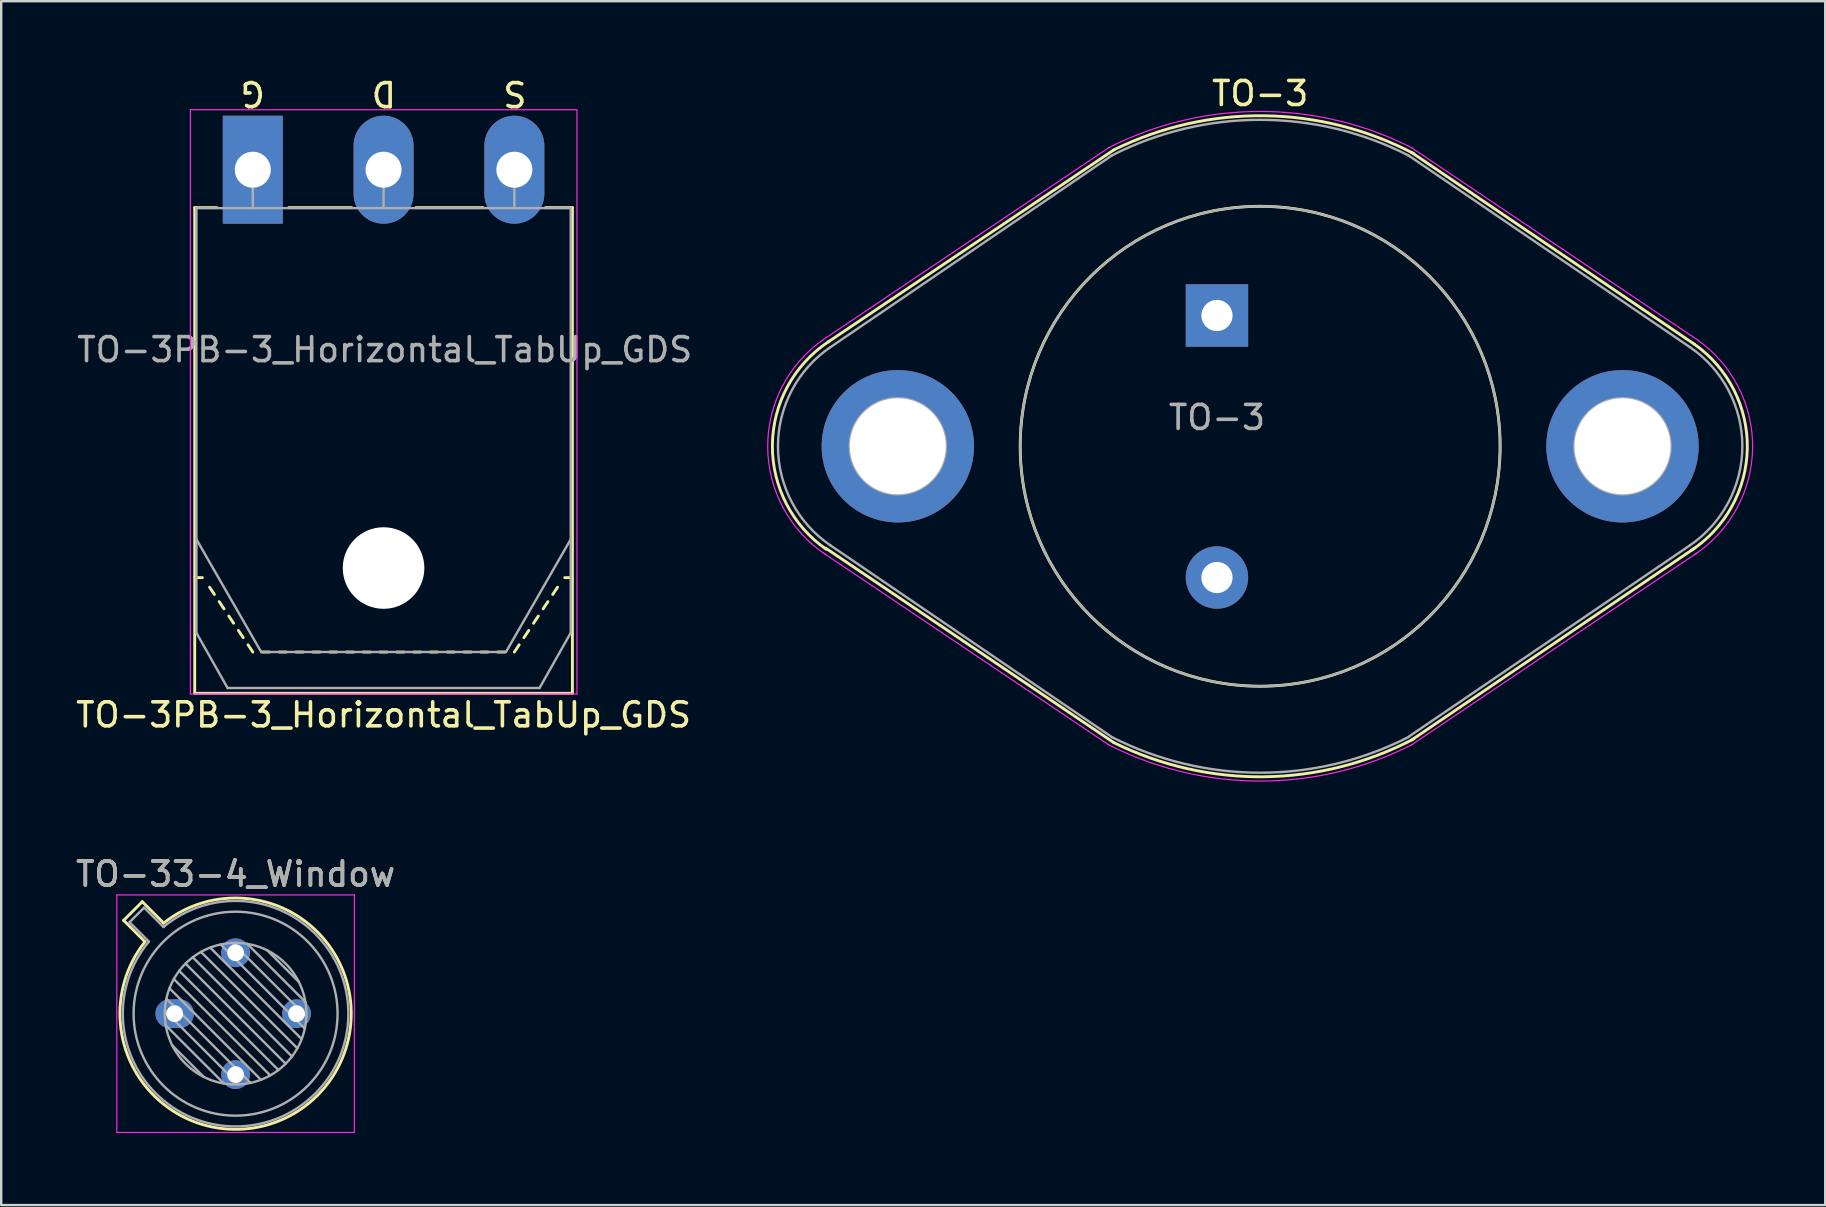
<source format=kicad_pcb>
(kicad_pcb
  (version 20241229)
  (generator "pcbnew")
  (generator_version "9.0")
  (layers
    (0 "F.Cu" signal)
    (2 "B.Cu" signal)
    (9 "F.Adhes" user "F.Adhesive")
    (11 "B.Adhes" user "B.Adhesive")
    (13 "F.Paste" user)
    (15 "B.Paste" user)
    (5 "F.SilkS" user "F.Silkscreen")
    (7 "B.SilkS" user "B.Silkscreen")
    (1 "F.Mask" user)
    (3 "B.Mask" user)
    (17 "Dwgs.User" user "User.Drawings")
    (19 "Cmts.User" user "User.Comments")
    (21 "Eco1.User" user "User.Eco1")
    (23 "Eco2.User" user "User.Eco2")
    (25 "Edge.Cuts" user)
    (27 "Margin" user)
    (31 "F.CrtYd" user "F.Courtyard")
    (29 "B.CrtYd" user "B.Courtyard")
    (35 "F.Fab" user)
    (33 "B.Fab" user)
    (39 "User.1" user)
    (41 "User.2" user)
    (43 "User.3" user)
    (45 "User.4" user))
  (footprint "TO-33-4_Window"
    (layer "F.Cu")
    (at 4.228 39.195)
    (property "Reference" "TO-33-4_Window" (at 2.54 -5.82 0) (layer "F.SilkS") (effects (font (size 1 1) (thickness 0.15))))
    (attr through_hole)
    (fp_line (start -2.126 -3.888) (end -1.235 -2.997) (stroke (width 0.12) (type solid)) (layer "F.SilkS"))
    (fp_line (start -1.348 -4.666) (end -2.126 -3.888) (stroke (width 0.12) (type solid)) (layer "F.SilkS"))
    (fp_line (start -0.457 -3.775) (end -1.348 -4.666) (stroke (width 0.12) (type solid)) (layer "F.SilkS"))
    (fp_arc (start -0.457084 -3.774902) (mid 5.948125 3.408384) (end -1.234674 -2.997371) (stroke (width 0.12) (type solid)) (layer "F.SilkS"))
    (fp_line (start -2.41 -4.95) (end -2.41 4.95) (stroke (width 0.05) (type solid)) (layer "F.CrtYd"))
    (fp_line (start -2.41 4.95) (end 7.49 4.95) (stroke (width 0.05) (type solid)) (layer "F.CrtYd"))
    (fp_line (start 7.49 -4.95) (end -2.41 -4.95) (stroke (width 0.05) (type solid)) (layer "F.CrtYd"))
    (fp_line (start 7.49 4.95) (end 7.49 -4.95) (stroke (width 0.05) (type solid)) (layer "F.CrtYd"))
    (fp_line (start -1.88 -3.812) (end -1.074 -3.005) (stroke (width 0.1) (type solid)) (layer "F.Fab"))
    (fp_line (start -1.272 -4.42) (end -1.88 -3.812) (stroke (width 0.1) (type solid)) (layer "F.Fab"))
    (fp_line (start -0.465 -3.614) (end -1.272 -4.42) (stroke (width 0.1) (type solid)) (layer "F.Fab"))
    (fp_line (start -0.408 -0.12) (end 2.66 2.948) (stroke (width 0.1) (type solid)) (layer "F.Fab"))
    (fp_line (start -0.371 0.485) (end 2.055 2.911) (stroke (width 0.1) (type solid)) (layer "F.Fab"))
    (fp_line (start -0.344 -0.622) (end 3.162 2.884) (stroke (width 0.1) (type solid)) (layer "F.Fab"))
    (fp_line (start -0.215 -1.058) (end 3.598 2.755) (stroke (width 0.1) (type solid)) (layer "F.Fab"))
    (fp_line (start -0.097 1.324) (end 1.216 2.637) (stroke (width 0.1) (type solid)) (layer "F.Fab"))
    (fp_line (start -0.034 -1.443) (end 3.983 2.574) (stroke (width 0.1) (type solid)) (layer "F.Fab"))
    (fp_line (start 0.19 -1.784) (end 4.324 2.35) (stroke (width 0.1) (type solid)) (layer "F.Fab"))
    (fp_line (start 0.454 -2.086) (end 4.626 2.086) (stroke (width 0.1) (type solid)) (layer "F.Fab"))
    (fp_line (start 0.756 -2.35) (end 4.89 1.784) (stroke (width 0.1) (type solid)) (layer "F.Fab"))
    (fp_line (start 1.097 -2.574) (end 5.114 1.443) (stroke (width 0.1) (type solid)) (layer "F.Fab"))
    (fp_line (start 1.482 -2.755) (end 5.295 1.058) (stroke (width 0.1) (type solid)) (layer "F.Fab"))
    (fp_line (start 1.918 -2.884) (end 5.424 0.622) (stroke (width 0.1) (type solid)) (layer "F.Fab"))
    (fp_line (start 2.42 -2.948) (end 5.488 0.12) (stroke (width 0.1) (type solid)) (layer "F.Fab"))
    (fp_line (start 3.025 -2.911) (end 5.451 -0.485) (stroke (width 0.1) (type solid)) (layer "F.Fab"))
    (fp_line (start 3.864 -2.637) (end 5.177 -1.324) (stroke (width 0.1) (type solid)) (layer "F.Fab"))
    (fp_arc (start -0.465408 -3.61352) (mid 5.863443 3.323361) (end -1.073594 -3.005319) (stroke (width 0.1) (type solid)) (layer "F.Fab"))
    (fp_circle (center 2.54 0) (end 5.49 0) (stroke (width 0.1) (type solid)) (fill no) (layer "F.Fab"))
    (fp_circle (center 2.54 0) (end 6.79 0) (stroke (width 0.1) (type solid)) (fill no) (layer "F.Fab"))
    (fp_text user "${REFERENCE}" (at 2.54 -5.82 0) (layer "F.Fab") (effects (font (size 1 1) (thickness 0.15))))
    (pad "1" thru_hole oval (at 0 0) (size 1.6 1.2) (drill 0.7) (layers "*.Cu" "*.Mask"))
    (pad "2" thru_hole oval (at 2.54 2.54) (size 1.2 1.2) (drill 0.7) (layers "*.Cu" "*.Mask"))
    (pad "3" thru_hole oval (at 5.08 0) (size 1.2 1.2) (drill 0.7) (layers "*.Cu" "*.Mask"))
    (pad "4" thru_hole oval (at 2.54 -2.54) (size 1.2 1.2) (drill 0.7) (layers "*.Cu" "*.Mask")))
  (footprint "TO-3"
    (layer "F.Cu")
    (at 47.667 10.098)
    (property "Reference" "TO-3" (at 1.8 -9.25 0) (layer "F.SilkS") (effects (font (size 1 1) (thickness 0.15))))
    (fp_line (start -4.3 -6.9) (end -16.2 1.1) (stroke (width 0.12) (type solid)) (layer "F.SilkS"))
    (fp_line (start -4.3 17.8) (end -16.3 9.7) (stroke (width 0.12) (type solid)) (layer "F.SilkS"))
    (fp_line (start 8.1 -6.8) (end 19.9 1.2) (stroke (width 0.12) (type solid)) (layer "F.SilkS"))
    (fp_line (start 8.1 17.7) (end 19.9 9.7) (stroke (width 0.12) (type solid)) (layer "F.SilkS"))
    (fp_arc (start -16.276967 9.747694) (mid -18.527843 5.403471) (end -16.2 1.1) (stroke (width 0.12) (type solid)) (layer "F.SilkS"))
    (fp_arc (start -4.3 -6.9) (mid 1.971643 -8.323273) (end 8.20587 -6.744152) (stroke (width 0.12) (type solid)) (layer "F.SilkS"))
    (fp_arc (start 8.20587 17.644152) (mid 1.971643 19.223273) (end -4.3 17.8) (stroke (width 0.12) (type solid)) (layer "F.SilkS"))
    (fp_arc (start 19.9 1.2) (mid 22.101343 5.542388) (end 19.747176 9.803859) (stroke (width 0.12) (type solid)) (layer "F.SilkS"))
    (fp_circle (center 1.8 5.45) (end 11.8 5.4) (stroke (width 0.12) (type solid)) (fill no) (layer "F.SilkS"))
    (fp_line (start -4.5 -7) (end -16.4 1) (stroke (width 0.05) (type solid)) (layer "F.CrtYd"))
    (fp_line (start -4.5 17.9) (end -16.4 9.9) (stroke (width 0.05) (type solid)) (layer "F.CrtYd"))
    (fp_line (start 8.1 -7) (end 20 1) (stroke (width 0.05) (type solid)) (layer "F.CrtYd"))
    (fp_line (start 8.1 17.9) (end 20 9.9) (stroke (width 0.05) (type solid)) (layer "F.CrtYd"))
    (fp_arc (start -16.296319 9.970461) (mid -18.722967 5.512679) (end -16.4 1) (stroke (width 0.05) (type solid)) (layer "F.CrtYd"))
    (fp_arc (start -4.5 -7) (mid 1.83884 -8.503171) (end 8.169214 -6.964733) (stroke (width 0.05) (type solid)) (layer "F.CrtYd"))
    (fp_arc (start 8.169214 17.864733) (mid 1.83884 19.403171) (end -4.5 17.9) (stroke (width 0.05) (type solid)) (layer "F.CrtYd"))
    (fp_arc (start 20 1) (mid 22.322967 5.512679) (end 19.896319 9.970461) (stroke (width 0.05) (type solid)) (layer "F.CrtYd"))
    (fp_line (start -4.38 -6.67) (end -16.11 1.32) (stroke (width 0.1) (type solid)) (layer "F.Fab"))
    (fp_line (start -4.38 17.57) (end -16.11 9.58) (stroke (width 0.1) (type solid)) (layer "F.Fab"))
    (fp_line (start 7.98 -6.67) (end 19.71 1.32) (stroke (width 0.1) (type solid)) (layer "F.Fab"))
    (fp_line (start 7.98 17.56) (end 19.71 9.58) (stroke (width 0.1) (type solid)) (layer "F.Fab"))
    (fp_arc (start -16.105547 9.583026) (mid -18.295297 5.452692) (end -16.11 1.32) (stroke (width 0.1) (type solid)) (layer "F.Fab"))
    (fp_arc (start -4.38 -6.67) (mid 1.795945 -8.15466) (end 7.972773 -6.673682) (stroke (width 0.1) (type solid)) (layer "F.Fab"))
    (fp_arc (start 7.972773 17.573682) (mid 1.795945 19.05466) (end -4.38 17.57) (stroke (width 0.1) (type solid)) (layer "F.Fab"))
    (fp_arc (start 19.71 1.32) (mid 21.895297 5.452692) (end 19.705547 9.583026) (stroke (width 0.1) (type solid)) (layer "F.Fab"))
    (fp_circle (center -13.3 5.45) (end -15.3 5.45) (stroke (width 0.1) (type solid)) (fill no) (layer "F.Fab"))
    (fp_circle (center 1.8 5.45) (end 11.8 5.45) (stroke (width 0.1) (type solid)) (fill no) (layer "F.Fab"))
    (fp_circle (center 16.9 5.45) (end 18.9 5.45) (stroke (width 0.1) (type solid)) (fill no) (layer "F.Fab"))
    (fp_text user "${REFERENCE}" (at 0 4.25 0) (layer "F.Fab") (effects (font (size 1 1) (thickness 0.15))))
    (pad "1" thru_hole rect (at 0 0) (size 2.6 2.6) (drill 1.3) (layers "*.Cu" "*.Mask"))
    (pad "2" thru_hole circle (at 0 10.92) (size 2.6 2.6) (drill 1.3) (layers "*.Cu" "*.Mask"))
    (pad "3" thru_hole circle (at -13.3 5.45) (size 6.35 6.35) (drill 4) (layers "*.Cu" "*.Mask"))
    (pad "3" thru_hole circle (at 16.9 5.45) (size 6.35 6.35) (drill 4) (layers "*.Cu" "*.Mask")))
  (footprint "TO-3PB-3_Horizontal_TabUp_GDS"
    (layer "F.Cu")
    (at 7.485 4.023)
    (property "Reference" "TO-3PB-3_Horizontal_TabUp_GDS" (at 5.45 22.72 0) (layer "F.SilkS") (effects (font (size 1 1) (thickness 0.15))))
    (fp_line (start -2.42 21.82) (end -2.42 1.58) (stroke (width 0.12) (type solid)) (layer "F.SilkS"))
    (fp_line (start -2.1 17) (end -2.4 17) (stroke (width 0.12) (type solid)) (layer "F.SilkS"))
    (fp_line (start -1.8 17.4) (end -1.6 17.7) (stroke (width 0.12) (type solid)) (layer "F.SilkS"))
    (fp_line (start -1.5 1.58) (end -2.42 1.58) (stroke (width 0.12) (type solid)) (layer "F.SilkS"))
    (fp_line (start -1.4 18) (end -1.2 18.3) (stroke (width 0.12) (type solid)) (layer "F.SilkS"))
    (fp_line (start -1 18.6) (end -0.8 18.9) (stroke (width 0.12) (type solid)) (layer "F.SilkS"))
    (fp_line (start -0.6 19.2) (end -0.4 19.5) (stroke (width 0.12) (type solid)) (layer "F.SilkS"))
    (fp_line (start -0.2 19.8) (end 0 20.1) (stroke (width 0.12) (type solid)) (layer "F.SilkS"))
    (fp_line (start 0.7 20.1) (end 0.4 20.1) (stroke (width 0.12) (type solid)) (layer "F.SilkS"))
    (fp_line (start 1.4 20.1) (end 1.1 20.1) (stroke (width 0.12) (type solid)) (layer "F.SilkS"))
    (fp_line (start 2.1 20.1) (end 1.8 20.1) (stroke (width 0.12) (type solid)) (layer "F.SilkS"))
    (fp_line (start 2.8 20.1) (end 2.5 20.1) (stroke (width 0.12) (type solid)) (layer "F.SilkS"))
    (fp_line (start 3.5 20.1) (end 3.2 20.1) (stroke (width 0.12) (type solid)) (layer "F.SilkS"))
    (fp_line (start 4.12 1.58) (end 1.5 1.58) (stroke (width 0.12) (type solid)) (layer "F.SilkS"))
    (fp_line (start 4.2 20.1) (end 3.9 20.1) (stroke (width 0.12) (type solid)) (layer "F.SilkS"))
    (fp_line (start 4.9 20.1) (end 4.6 20.1) (stroke (width 0.12) (type solid)) (layer "F.SilkS"))
    (fp_line (start 5.6 20.1) (end 5.3 20.1) (stroke (width 0.12) (type solid)) (layer "F.SilkS"))
    (fp_line (start 6.3 20.1) (end 6 20.1) (stroke (width 0.12) (type solid)) (layer "F.SilkS"))
    (fp_line (start 7 20.1) (end 6.7 20.1) (stroke (width 0.12) (type solid)) (layer "F.SilkS"))
    (fp_line (start 7.7 20.1) (end 7.4 20.1) (stroke (width 0.12) (type solid)) (layer "F.SilkS"))
    (fp_line (start 8.4 20.1) (end 8.1 20.1) (stroke (width 0.12) (type solid)) (layer "F.SilkS"))
    (fp_line (start 9.1 20.1) (end 8.8 20.1) (stroke (width 0.12) (type solid)) (layer "F.SilkS"))
    (fp_line (start 9.6 1.58) (end 6.8 1.58) (stroke (width 0.12) (type solid)) (layer "F.SilkS"))
    (fp_line (start 9.8 20.1) (end 9.5 20.1) (stroke (width 0.12) (type solid)) (layer "F.SilkS"))
    (fp_line (start 10.5 20.1) (end 10.2 20.1) (stroke (width 0.12) (type solid)) (layer "F.SilkS"))
    (fp_line (start 11.1 19.8) (end 10.9 20.1) (stroke (width 0.12) (type solid)) (layer "F.SilkS"))
    (fp_line (start 11.5 19.2) (end 11.3 19.5) (stroke (width 0.12) (type solid)) (layer "F.SilkS"))
    (fp_line (start 11.9 18.6) (end 11.7 18.9) (stroke (width 0.12) (type solid)) (layer "F.SilkS"))
    (fp_line (start 12.3 18) (end 12.1 18.3) (stroke (width 0.12) (type solid)) (layer "F.SilkS"))
    (fp_line (start 12.7 17.4) (end 12.5 17.7) (stroke (width 0.12) (type solid)) (layer "F.SilkS"))
    (fp_line (start 13 17) (end 13.3 17) (stroke (width 0.12) (type solid)) (layer "F.SilkS"))
    (fp_line (start 13.32 1.58) (end 12.2 1.58) (stroke (width 0.12) (type solid)) (layer "F.SilkS"))
    (fp_line (start 13.32 21.82) (end -2.42 21.82) (stroke (width 0.12) (type solid)) (layer "F.SilkS"))
    (fp_line (start 13.32 21.82) (end 13.32 1.58) (stroke (width 0.12) (type solid)) (layer "F.SilkS"))
    (fp_line (start -2.6 -2.5) (end -2.6 21.85) (stroke (width 0.05) (type solid)) (layer "F.CrtYd"))
    (fp_line (start -2.6 21.85) (end 13.51 21.85) (stroke (width 0.05) (type solid)) (layer "F.CrtYd"))
    (fp_line (start 13.51 -2.5) (end -2.6 -2.5) (stroke (width 0.05) (type solid)) (layer "F.CrtYd"))
    (fp_line (start 13.51 21.85) (end 13.51 -2.5) (stroke (width 0.05) (type solid)) (layer "F.CrtYd"))
    (fp_line (start -2.35 1.6) (end -2.35 15.401) (stroke (width 0.1) (type solid)) (layer "F.Fab"))
    (fp_line (start -2.35 15.401) (end -2.35 19.3) (stroke (width 0.1) (type solid)) (layer "F.Fab"))
    (fp_line (start -2.35 15.401) (end 0.351 20.1) (stroke (width 0.1) (type solid)) (layer "F.Fab"))
    (fp_line (start -2.35 19.3) (end -1.05 21.6) (stroke (width 0.1) (type solid)) (layer "F.Fab"))
    (fp_line (start -1.05 21.6) (end 11.95 21.6) (stroke (width 0.1) (type solid)) (layer "F.Fab"))
    (fp_line (start 0 1.6) (end 0 0) (stroke (width 0.1) (type solid)) (layer "F.Fab"))
    (fp_line (start 0.351 20.1) (end 10.55 20.1) (stroke (width 0.1) (type solid)) (layer "F.Fab"))
    (fp_line (start 5.45 1.6) (end 5.45 0) (stroke (width 0.1) (type solid)) (layer "F.Fab"))
    (fp_line (start 10.55 20.1) (end 13.25 15.401) (stroke (width 0.1) (type solid)) (layer "F.Fab"))
    (fp_line (start 10.9 1.6) (end 10.9 0) (stroke (width 0.1) (type solid)) (layer "F.Fab"))
    (fp_line (start 11.95 21.6) (end 13.25 19.3) (stroke (width 0.1) (type solid)) (layer "F.Fab"))
    (fp_line (start 13.25 1.6) (end -2.35 1.6) (stroke (width 0.1) (type solid)) (layer "F.Fab"))
    (fp_line (start 13.25 15.401) (end 13.25 1.6) (stroke (width 0.1) (type solid)) (layer "F.Fab"))
    (fp_line (start 13.25 19.3) (end 13.25 15.401) (stroke (width 0.1) (type solid)) (layer "F.Fab"))
    (fp_circle (center 5.45 16.6) (end 7.05 16.6) (stroke (width 0.1) (type solid)) (fill no) (layer "F.Fab"))
    (fp_text user "G" (at 0 -3.175 180) (unlocked yes) (layer "F.SilkS") (effects (font (size 1 1) (thickness 0.15))))
    (fp_text user "D" (at 5.461 -3.175 180) (unlocked yes) (layer "F.SilkS") (effects (font (size 1 1) (thickness 0.15))))
    (fp_text user "S" (at 10.922 -3.175 180) (unlocked yes) (layer "F.SilkS") (effects (font (size 1 1) (thickness 0.15))))
    (fp_text user "${REFERENCE}" (at 5.5 7.5 0) (layer "F.Fab") (effects (font (size 1 1) (thickness 0.15))))
    (pad "" np_thru_hole oval (at 5.45 16.6) (size 3.4 3.4) (drill 3.4) (layers "*.Cu" "*.Mask"))
    (pad "1" thru_hole rect (at 0 0) (size 2.5 4.5) (drill 1.5) (layers "*.Cu" "*.Mask"))
    (pad "2" thru_hole oval (at 5.45 0) (size 2.5 4.5) (drill 1.5) (layers "*.Cu" "*.Mask"))
    (pad "3" thru_hole oval (at 10.9 0) (size 2.5 4.5) (drill 1.5) (layers "*.Cu" "*.Mask")))
  (gr_rect
    (start -3 -3)
    (end 73.016 47.17)
    (stroke (width 0.1) (type default))
    (fill no)
    (layer "Edge.Cuts")))
</source>
